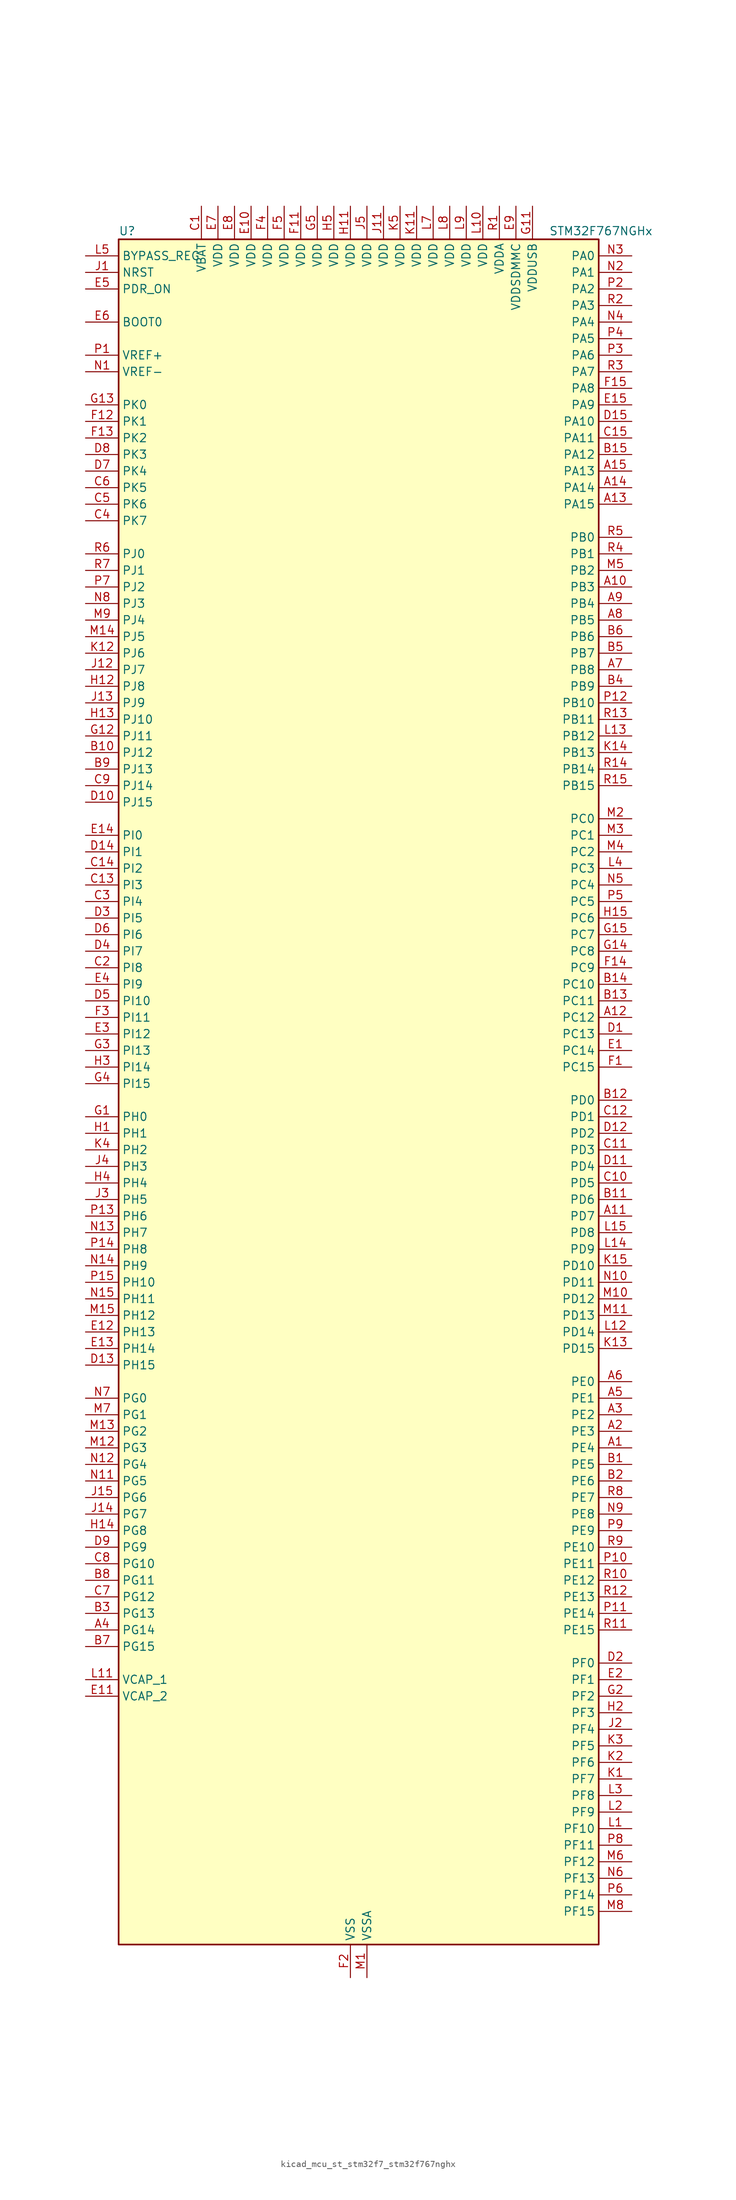
<source format=kicad_sym>
(kicad_symbol_lib
  (version 20220914)
  (generator kicad_symbol_editor)
  (symbol "kicad_mcu_st_stm32f7_stm32f767nghx"
    (property "Reference" "U"
      (at -35.56 133.35 0)
      (effects (font (size 1.27 1.27)) (justify left)))
    (property "Value" "STM32F767NGHx"
      (at 30.48 133.35 0)
      (effects (font (size 1.27 1.27)) (justify left)))
    (property "ki_locked" ""
      (at 0 0 0)
      (effects (font (size 1.27 1.27))))
    (symbol "kicad_mcu_st_stm32f7_stm32f767nghx_0_1"
      (rectangle (start -35.56 -129.54) (end 38.1 132.08) (stroke (width 0.254) (type default)) (fill (type background))))
    (symbol "kicad_mcu_st_stm32f7_stm32f767nghx_1_1"
      (pin bidirectional line (at 43.18 -53.34 180) (length 5.08) (name "PE4" (effects (font (size 1.27 1.27)))) (number "A1" (effects (font (size 1.27 1.27)))) (alternate "DCMI_D4" bidirectional line) (alternate "DFSDM1_DATIN3" bidirectional line) (alternate "FMC_A20" bidirectional line) (alternate "LTDC_B0" bidirectional line) (alternate "SAI1_FS_A" bidirectional line) (alternate "SPI4_NSS" bidirectional line) (alternate "SYS_TRACED1" bidirectional line))
      (pin bidirectional line (at 43.18 78.74 180) (length 5.08) (name "PB3" (effects (font (size 1.27 1.27)))) (number "A10" (effects (font (size 1.27 1.27)))) (alternate "CAN3_RX" bidirectional line) (alternate "I2S1_CK" bidirectional line) (alternate "I2S3_CK" bidirectional line) (alternate "SDMMC2_D2" bidirectional line) (alternate "SPI1_SCK" bidirectional line) (alternate "SPI3_SCK" bidirectional line) (alternate "SPI6_SCK" bidirectional line) (alternate "SYS_JTDO-SWO" bidirectional line) (alternate "TIM2_CH2" bidirectional line) (alternate "UART7_RX" bidirectional line))
      (pin bidirectional line (at 43.18 -17.78 180) (length 5.08) (name "PD7" (effects (font (size 1.27 1.27)))) (number "A11" (effects (font (size 1.27 1.27)))) (alternate "DFSDM1_CKIN1" bidirectional line) (alternate "DFSDM1_DATIN4" bidirectional line) (alternate "FMC_NE1" bidirectional line) (alternate "I2S1_SD" bidirectional line) (alternate "SDMMC2_CMD" bidirectional line) (alternate "SPDIFRX_IN0" bidirectional line) (alternate "SPI1_MOSI" bidirectional line) (alternate "USART2_CK" bidirectional line))
      (pin bidirectional line (at 43.18 12.7 180) (length 5.08) (name "PC12" (effects (font (size 1.27 1.27)))) (number "A12" (effects (font (size 1.27 1.27)))) (alternate "DCMI_D9" bidirectional line) (alternate "I2S3_SD" bidirectional line) (alternate "SDMMC1_CK" bidirectional line) (alternate "SPI3_MOSI" bidirectional line) (alternate "SYS_TRACED3" bidirectional line) (alternate "UART5_TX" bidirectional line) (alternate "USART3_CK" bidirectional line))
      (pin bidirectional line (at 43.18 91.44 180) (length 5.08) (name "PA15" (effects (font (size 1.27 1.27)))) (number "A13" (effects (font (size 1.27 1.27)))) (alternate "CAN3_TX" bidirectional line) (alternate "CEC" bidirectional line) (alternate "I2S1_WS" bidirectional line) (alternate "I2S3_WS" bidirectional line) (alternate "SPI1_NSS" bidirectional line) (alternate "SPI3_NSS" bidirectional line) (alternate "SPI6_NSS" bidirectional line) (alternate "SYS_JTDI" bidirectional line) (alternate "TIM2_CH1" bidirectional line) (alternate "TIM2_ETR" bidirectional line) (alternate "UART4_DE" bidirectional line) (alternate "UART4_RTS" bidirectional line) (alternate "UART7_TX" bidirectional line))
      (pin bidirectional line (at 43.18 93.98 180) (length 5.08) (name "PA14" (effects (font (size 1.27 1.27)))) (number "A14" (effects (font (size 1.27 1.27)))) (alternate "SYS_JTCK-SWCLK" bidirectional line))
      (pin bidirectional line (at 43.18 96.52 180) (length 5.08) (name "PA13" (effects (font (size 1.27 1.27)))) (number "A15" (effects (font (size 1.27 1.27)))) (alternate "SYS_JTMS-SWDIO" bidirectional line))
      (pin bidirectional line (at 43.18 -50.8 180) (length 5.08) (name "PE3" (effects (font (size 1.27 1.27)))) (number "A2" (effects (font (size 1.27 1.27)))) (alternate "FMC_A19" bidirectional line) (alternate "SAI1_SD_B" bidirectional line) (alternate "SYS_TRACED0" bidirectional line))
      (pin bidirectional line (at 43.18 -48.26 180) (length 5.08) (name "PE2" (effects (font (size 1.27 1.27)))) (number "A3" (effects (font (size 1.27 1.27)))) (alternate "ETH_TXD3" bidirectional line) (alternate "FMC_A23" bidirectional line) (alternate "QUADSPI_BK1_IO2" bidirectional line) (alternate "SAI1_MCLK_A" bidirectional line) (alternate "SPI4_SCK" bidirectional line) (alternate "SYS_TRACECLK" bidirectional line))
      (pin bidirectional line (at -40.64 -81.28 0) (length 5.08) (name "PG14" (effects (font (size 1.27 1.27)))) (number "A4" (effects (font (size 1.27 1.27)))) (alternate "ETH_TXD1" bidirectional line) (alternate "FMC_A25" bidirectional line) (alternate "LPTIM1_ETR" bidirectional line) (alternate "LTDC_B0" bidirectional line) (alternate "QUADSPI_BK2_IO3" bidirectional line) (alternate "SPI6_MOSI" bidirectional line) (alternate "SYS_TRACED1" bidirectional line) (alternate "USART6_TX" bidirectional line))
      (pin bidirectional line (at 43.18 -45.72 180) (length 5.08) (name "PE1" (effects (font (size 1.27 1.27)))) (number "A5" (effects (font (size 1.27 1.27)))) (alternate "DCMI_D3" bidirectional line) (alternate "FMC_NBL1" bidirectional line) (alternate "LPTIM1_IN2" bidirectional line) (alternate "UART8_TX" bidirectional line))
      (pin bidirectional line (at 43.18 -43.18 180) (length 5.08) (name "PE0" (effects (font (size 1.27 1.27)))) (number "A6" (effects (font (size 1.27 1.27)))) (alternate "DCMI_D2" bidirectional line) (alternate "FMC_NBL0" bidirectional line) (alternate "LPTIM1_ETR" bidirectional line) (alternate "SAI2_MCLK_A" bidirectional line) (alternate "TIM4_ETR" bidirectional line) (alternate "UART8_RX" bidirectional line))
      (pin bidirectional line (at 43.18 66.04 180) (length 5.08) (name "PB8" (effects (font (size 1.27 1.27)))) (number "A7" (effects (font (size 1.27 1.27)))) (alternate "CAN1_RX" bidirectional line) (alternate "DCMI_D6" bidirectional line) (alternate "DFSDM1_CKIN7" bidirectional line) (alternate "ETH_TXD3" bidirectional line) (alternate "I2C1_SCL" bidirectional line) (alternate "I2C4_SCL" bidirectional line) (alternate "LTDC_B6" bidirectional line) (alternate "SDMMC1_D4" bidirectional line) (alternate "SDMMC2_D4" bidirectional line) (alternate "TIM10_CH1" bidirectional line) (alternate "TIM4_CH3" bidirectional line) (alternate "UART5_RX" bidirectional line))
      (pin bidirectional line (at 43.18 73.66 180) (length 5.08) (name "PB5" (effects (font (size 1.27 1.27)))) (number "A8" (effects (font (size 1.27 1.27)))) (alternate "CAN2_RX" bidirectional line) (alternate "DCMI_D10" bidirectional line) (alternate "ETH_PPS_OUT" bidirectional line) (alternate "FMC_SDCKE1" bidirectional line) (alternate "I2C1_SMBA" bidirectional line) (alternate "I2S1_SD" bidirectional line) (alternate "I2S3_SD" bidirectional line) (alternate "LTDC_G7" bidirectional line) (alternate "SPI1_MOSI" bidirectional line) (alternate "SPI3_MOSI" bidirectional line) (alternate "SPI6_MOSI" bidirectional line) (alternate "TIM3_CH2" bidirectional line) (alternate "UART5_RX" bidirectional line) (alternate "USB_OTG_HS_ULPI_D7" bidirectional line))
      (pin bidirectional line (at 43.18 76.2 180) (length 5.08) (name "PB4" (effects (font (size 1.27 1.27)))) (number "A9" (effects (font (size 1.27 1.27)))) (alternate "CAN3_TX" bidirectional line) (alternate "I2S2_WS" bidirectional line) (alternate "SDMMC2_D3" bidirectional line) (alternate "SPI1_MISO" bidirectional line) (alternate "SPI2_NSS" bidirectional line) (alternate "SPI3_MISO" bidirectional line) (alternate "SPI6_MISO" bidirectional line) (alternate "SYS_JTRST" bidirectional line) (alternate "TIM3_CH1" bidirectional line) (alternate "UART7_TX" bidirectional line))
      (pin bidirectional line (at 43.18 -55.88 180) (length 5.08) (name "PE5" (effects (font (size 1.27 1.27)))) (number "B1" (effects (font (size 1.27 1.27)))) (alternate "DCMI_D6" bidirectional line) (alternate "DFSDM1_CKIN3" bidirectional line) (alternate "FMC_A21" bidirectional line) (alternate "LTDC_G0" bidirectional line) (alternate "SAI1_SCK_A" bidirectional line) (alternate "SPI4_MISO" bidirectional line) (alternate "SYS_TRACED2" bidirectional line) (alternate "TIM9_CH1" bidirectional line))
      (pin bidirectional line (at -40.64 53.34 0) (length 5.08) (name "PJ12" (effects (font (size 1.27 1.27)))) (number "B10" (effects (font (size 1.27 1.27)))) (alternate "LTDC_B0" bidirectional line) (alternate "LTDC_G3" bidirectional line))
      (pin bidirectional line (at 43.18 -15.24 180) (length 5.08) (name "PD6" (effects (font (size 1.27 1.27)))) (number "B11" (effects (font (size 1.27 1.27)))) (alternate "DCMI_D10" bidirectional line) (alternate "DFSDM1_CKIN4" bidirectional line) (alternate "DFSDM1_DATIN1" bidirectional line) (alternate "FMC_NWAIT" bidirectional line) (alternate "I2S3_SD" bidirectional line) (alternate "LTDC_B2" bidirectional line) (alternate "SAI1_SD_A" bidirectional line) (alternate "SDMMC2_CK" bidirectional line) (alternate "SPI3_MOSI" bidirectional line) (alternate "USART2_RX" bidirectional line))
      (pin bidirectional line (at 43.18 0 180) (length 5.08) (name "PD0" (effects (font (size 1.27 1.27)))) (number "B12" (effects (font (size 1.27 1.27)))) (alternate "CAN1_RX" bidirectional line) (alternate "DFSDM1_CKIN6" bidirectional line) (alternate "DFSDM1_DATIN7" bidirectional line) (alternate "FMC_D2" bidirectional line) (alternate "FMC_DA2" bidirectional line) (alternate "UART4_RX" bidirectional line))
      (pin bidirectional line (at 43.18 15.24 180) (length 5.08) (name "PC11" (effects (font (size 1.27 1.27)))) (number "B13" (effects (font (size 1.27 1.27)))) (alternate "ADC1_EXTI11" bidirectional line) (alternate "ADC2_EXTI11" bidirectional line) (alternate "ADC3_EXTI11" bidirectional line) (alternate "DCMI_D4" bidirectional line) (alternate "DFSDM1_DATIN5" bidirectional line) (alternate "QUADSPI_BK2_NCS" bidirectional line) (alternate "SDMMC1_D3" bidirectional line) (alternate "SPI3_MISO" bidirectional line) (alternate "UART4_RX" bidirectional line) (alternate "USART3_RX" bidirectional line))
      (pin bidirectional line (at 43.18 17.78 180) (length 5.08) (name "PC10" (effects (font (size 1.27 1.27)))) (number "B14" (effects (font (size 1.27 1.27)))) (alternate "DCMI_D8" bidirectional line) (alternate "DFSDM1_CKIN5" bidirectional line) (alternate "I2S3_CK" bidirectional line) (alternate "LTDC_R2" bidirectional line) (alternate "QUADSPI_BK1_IO1" bidirectional line) (alternate "SDMMC1_D2" bidirectional line) (alternate "SPI3_SCK" bidirectional line) (alternate "UART4_TX" bidirectional line) (alternate "USART3_TX" bidirectional line))
      (pin bidirectional line (at 43.18 99.06 180) (length 5.08) (name "PA12" (effects (font (size 1.27 1.27)))) (number "B15" (effects (font (size 1.27 1.27)))) (alternate "CAN1_TX" bidirectional line) (alternate "I2S2_CK" bidirectional line) (alternate "LTDC_R5" bidirectional line) (alternate "SAI2_FS_B" bidirectional line) (alternate "SPI2_SCK" bidirectional line) (alternate "TIM1_ETR" bidirectional line) (alternate "UART4_TX" bidirectional line) (alternate "USART1_DE" bidirectional line) (alternate "USART1_RTS" bidirectional line) (alternate "USB_OTG_FS_DP" bidirectional line))
      (pin bidirectional line (at 43.18 -58.42 180) (length 5.08) (name "PE6" (effects (font (size 1.27 1.27)))) (number "B2" (effects (font (size 1.27 1.27)))) (alternate "DCMI_D7" bidirectional line) (alternate "FMC_A22" bidirectional line) (alternate "LTDC_G1" bidirectional line) (alternate "SAI1_SD_A" bidirectional line) (alternate "SAI2_MCLK_B" bidirectional line) (alternate "SPI4_MOSI" bidirectional line) (alternate "SYS_TRACED3" bidirectional line) (alternate "TIM1_BKIN2" bidirectional line) (alternate "TIM9_CH2" bidirectional line))
      (pin bidirectional line (at -40.64 -78.74 0) (length 5.08) (name "PG13" (effects (font (size 1.27 1.27)))) (number "B3" (effects (font (size 1.27 1.27)))) (alternate "ETH_TXD0" bidirectional line) (alternate "FMC_A24" bidirectional line) (alternate "LPTIM1_OUT" bidirectional line) (alternate "LTDC_R0" bidirectional line) (alternate "SPI6_SCK" bidirectional line) (alternate "SYS_TRACED0" bidirectional line) (alternate "USART6_CTS" bidirectional line))
      (pin bidirectional line (at 43.18 63.5 180) (length 5.08) (name "PB9" (effects (font (size 1.27 1.27)))) (number "B4" (effects (font (size 1.27 1.27)))) (alternate "CAN1_TX" bidirectional line) (alternate "DAC_EXTI9" bidirectional line) (alternate "DCMI_D7" bidirectional line) (alternate "DFSDM1_DATIN7" bidirectional line) (alternate "I2C1_SDA" bidirectional line) (alternate "I2C4_SDA" bidirectional line) (alternate "I2C4_SMBA" bidirectional line) (alternate "I2S2_WS" bidirectional line) (alternate "LTDC_B7" bidirectional line) (alternate "SDMMC1_D5" bidirectional line) (alternate "SDMMC2_D5" bidirectional line) (alternate "SPI2_NSS" bidirectional line) (alternate "TIM11_CH1" bidirectional line) (alternate "TIM4_CH4" bidirectional line) (alternate "UART5_TX" bidirectional line))
      (pin bidirectional line (at 43.18 68.58 180) (length 5.08) (name "PB7" (effects (font (size 1.27 1.27)))) (number "B5" (effects (font (size 1.27 1.27)))) (alternate "DCMI_VSYNC" bidirectional line) (alternate "DFSDM1_CKIN5" bidirectional line) (alternate "FMC_NL" bidirectional line) (alternate "I2C1_SDA" bidirectional line) (alternate "I2C4_SDA" bidirectional line) (alternate "TIM4_CH2" bidirectional line) (alternate "USART1_RX" bidirectional line))
      (pin bidirectional line (at 43.18 71.12 180) (length 5.08) (name "PB6" (effects (font (size 1.27 1.27)))) (number "B6" (effects (font (size 1.27 1.27)))) (alternate "CAN2_TX" bidirectional line) (alternate "CEC" bidirectional line) (alternate "DCMI_D5" bidirectional line) (alternate "DFSDM1_DATIN5" bidirectional line) (alternate "FMC_SDNE1" bidirectional line) (alternate "I2C1_SCL" bidirectional line) (alternate "I2C4_SCL" bidirectional line) (alternate "QUADSPI_BK1_NCS" bidirectional line) (alternate "TIM4_CH1" bidirectional line) (alternate "UART5_TX" bidirectional line) (alternate "USART1_TX" bidirectional line))
      (pin bidirectional line (at -40.64 -83.82 0) (length 5.08) (name "PG15" (effects (font (size 1.27 1.27)))) (number "B7" (effects (font (size 1.27 1.27)))) (alternate "DCMI_D13" bidirectional line) (alternate "FMC_SDNCAS" bidirectional line) (alternate "USART6_CTS" bidirectional line))
      (pin bidirectional line (at -40.64 -73.66 0) (length 5.08) (name "PG11" (effects (font (size 1.27 1.27)))) (number "B8" (effects (font (size 1.27 1.27)))) (alternate "ADC1_EXTI11" bidirectional line) (alternate "ADC2_EXTI11" bidirectional line) (alternate "ADC3_EXTI11" bidirectional line) (alternate "DCMI_D3" bidirectional line) (alternate "ETH_TX_EN" bidirectional line) (alternate "I2S1_CK" bidirectional line) (alternate "LTDC_B3" bidirectional line) (alternate "SDMMC2_D2" bidirectional line) (alternate "SPDIFRX_IN0" bidirectional line) (alternate "SPI1_SCK" bidirectional line))
      (pin bidirectional line (at -40.64 50.8 0) (length 5.08) (name "PJ13" (effects (font (size 1.27 1.27)))) (number "B9" (effects (font (size 1.27 1.27)))) (alternate "LTDC_B1" bidirectional line) (alternate "LTDC_G4" bidirectional line))
      (pin power_in line (at -22.86 137.16 270) (length 5.08) (name "VBAT" (effects (font (size 1.27 1.27)))) (number "C1" (effects (font (size 1.27 1.27)))))
      (pin bidirectional line (at 43.18 -12.7 180) (length 5.08) (name "PD5" (effects (font (size 1.27 1.27)))) (number "C10" (effects (font (size 1.27 1.27)))) (alternate "FMC_NWE" bidirectional line) (alternate "USART2_TX" bidirectional line))
      (pin bidirectional line (at 43.18 -7.62 180) (length 5.08) (name "PD3" (effects (font (size 1.27 1.27)))) (number "C11" (effects (font (size 1.27 1.27)))) (alternate "DCMI_D5" bidirectional line) (alternate "DFSDM1_CKOUT" bidirectional line) (alternate "DFSDM1_DATIN0" bidirectional line) (alternate "FMC_CLK" bidirectional line) (alternate "I2S2_CK" bidirectional line) (alternate "LTDC_G7" bidirectional line) (alternate "SPI2_SCK" bidirectional line) (alternate "USART2_CTS" bidirectional line))
      (pin bidirectional line (at 43.18 -2.54 180) (length 5.08) (name "PD1" (effects (font (size 1.27 1.27)))) (number "C12" (effects (font (size 1.27 1.27)))) (alternate "CAN1_TX" bidirectional line) (alternate "DFSDM1_CKIN7" bidirectional line) (alternate "DFSDM1_DATIN6" bidirectional line) (alternate "FMC_D3" bidirectional line) (alternate "FMC_DA3" bidirectional line) (alternate "UART4_TX" bidirectional line))
      (pin bidirectional line (at -40.64 33.02 0) (length 5.08) (name "PI3" (effects (font (size 1.27 1.27)))) (number "C13" (effects (font (size 1.27 1.27)))) (alternate "DCMI_D10" bidirectional line) (alternate "FMC_D27" bidirectional line) (alternate "I2S2_SD" bidirectional line) (alternate "SPI2_MOSI" bidirectional line) (alternate "TIM8_ETR" bidirectional line))
      (pin bidirectional line (at -40.64 35.56 0) (length 5.08) (name "PI2" (effects (font (size 1.27 1.27)))) (number "C14" (effects (font (size 1.27 1.27)))) (alternate "DCMI_D9" bidirectional line) (alternate "FMC_D26" bidirectional line) (alternate "LTDC_G7" bidirectional line) (alternate "SPI2_MISO" bidirectional line) (alternate "TIM8_CH4" bidirectional line))
      (pin bidirectional line (at 43.18 101.6 180) (length 5.08) (name "PA11" (effects (font (size 1.27 1.27)))) (number "C15" (effects (font (size 1.27 1.27)))) (alternate "ADC1_EXTI11" bidirectional line) (alternate "ADC2_EXTI11" bidirectional line) (alternate "ADC3_EXTI11" bidirectional line) (alternate "CAN1_RX" bidirectional line) (alternate "I2S2_WS" bidirectional line) (alternate "LTDC_R4" bidirectional line) (alternate "SPI2_NSS" bidirectional line) (alternate "TIM1_CH4" bidirectional line) (alternate "UART4_RX" bidirectional line) (alternate "USART1_CTS" bidirectional line) (alternate "USB_OTG_FS_DM" bidirectional line))
      (pin bidirectional line (at -40.64 20.32 0) (length 5.08) (name "PI8" (effects (font (size 1.27 1.27)))) (number "C2" (effects (font (size 1.27 1.27)))) (alternate "RTC_TAMP2" bidirectional line) (alternate "RTC_TS" bidirectional line) (alternate "SYS_WKUP5" bidirectional line))
      (pin bidirectional line (at -40.64 30.48 0) (length 5.08) (name "PI4" (effects (font (size 1.27 1.27)))) (number "C3" (effects (font (size 1.27 1.27)))) (alternate "DCMI_D5" bidirectional line) (alternate "FMC_NBL2" bidirectional line) (alternate "LTDC_B4" bidirectional line) (alternate "SAI2_MCLK_A" bidirectional line) (alternate "TIM8_BKIN" bidirectional line))
      (pin bidirectional line (at -40.64 88.9 0) (length 5.08) (name "PK7" (effects (font (size 1.27 1.27)))) (number "C4" (effects (font (size 1.27 1.27)))) (alternate "LTDC_DE" bidirectional line))
      (pin bidirectional line (at -40.64 91.44 0) (length 5.08) (name "PK6" (effects (font (size 1.27 1.27)))) (number "C5" (effects (font (size 1.27 1.27)))) (alternate "LTDC_B7" bidirectional line))
      (pin bidirectional line (at -40.64 93.98 0) (length 5.08) (name "PK5" (effects (font (size 1.27 1.27)))) (number "C6" (effects (font (size 1.27 1.27)))) (alternate "LTDC_B6" bidirectional line))
      (pin bidirectional line (at -40.64 -76.2 0) (length 5.08) (name "PG12" (effects (font (size 1.27 1.27)))) (number "C7" (effects (font (size 1.27 1.27)))) (alternate "FMC_NE4" bidirectional line) (alternate "LPTIM1_IN1" bidirectional line) (alternate "LTDC_B1" bidirectional line) (alternate "LTDC_B4" bidirectional line) (alternate "SDMMC2_D3" bidirectional line) (alternate "SPDIFRX_IN1" bidirectional line) (alternate "SPI6_MISO" bidirectional line) (alternate "USART6_DE" bidirectional line) (alternate "USART6_RTS" bidirectional line))
      (pin bidirectional line (at -40.64 -71.12 0) (length 5.08) (name "PG10" (effects (font (size 1.27 1.27)))) (number "C8" (effects (font (size 1.27 1.27)))) (alternate "DCMI_D2" bidirectional line) (alternate "FMC_NE3" bidirectional line) (alternate "I2S1_WS" bidirectional line) (alternate "LTDC_B2" bidirectional line) (alternate "LTDC_G3" bidirectional line) (alternate "SAI2_SD_B" bidirectional line) (alternate "SDMMC2_D1" bidirectional line) (alternate "SPI1_NSS" bidirectional line))
      (pin bidirectional line (at -40.64 48.26 0) (length 5.08) (name "PJ14" (effects (font (size 1.27 1.27)))) (number "C9" (effects (font (size 1.27 1.27)))) (alternate "LTDC_B2" bidirectional line))
      (pin bidirectional line (at 43.18 10.16 180) (length 5.08) (name "PC13" (effects (font (size 1.27 1.27)))) (number "D1" (effects (font (size 1.27 1.27)))) (alternate "RTC_OUT" bidirectional line) (alternate "RTC_TAMP1" bidirectional line) (alternate "RTC_TS" bidirectional line) (alternate "SYS_WKUP4" bidirectional line))
      (pin bidirectional line (at -40.64 45.72 0) (length 5.08) (name "PJ15" (effects (font (size 1.27 1.27)))) (number "D10" (effects (font (size 1.27 1.27)))) (alternate "LTDC_B3" bidirectional line))
      (pin bidirectional line (at 43.18 -10.16 180) (length 5.08) (name "PD4" (effects (font (size 1.27 1.27)))) (number "D11" (effects (font (size 1.27 1.27)))) (alternate "DFSDM1_CKIN0" bidirectional line) (alternate "FMC_NOE" bidirectional line) (alternate "USART2_DE" bidirectional line) (alternate "USART2_RTS" bidirectional line))
      (pin bidirectional line (at 43.18 -5.08 180) (length 5.08) (name "PD2" (effects (font (size 1.27 1.27)))) (number "D12" (effects (font (size 1.27 1.27)))) (alternate "DCMI_D11" bidirectional line) (alternate "SDMMC1_CMD" bidirectional line) (alternate "SYS_TRACED2" bidirectional line) (alternate "TIM3_ETR" bidirectional line) (alternate "UART5_RX" bidirectional line))
      (pin bidirectional line (at -40.64 -40.64 0) (length 5.08) (name "PH15" (effects (font (size 1.27 1.27)))) (number "D13" (effects (font (size 1.27 1.27)))) (alternate "DCMI_D11" bidirectional line) (alternate "FMC_D23" bidirectional line) (alternate "LTDC_G4" bidirectional line) (alternate "TIM8_CH3N" bidirectional line))
      (pin bidirectional line (at -40.64 38.1 0) (length 5.08) (name "PI1" (effects (font (size 1.27 1.27)))) (number "D14" (effects (font (size 1.27 1.27)))) (alternate "DCMI_D8" bidirectional line) (alternate "FMC_D25" bidirectional line) (alternate "I2S2_CK" bidirectional line) (alternate "LTDC_G6" bidirectional line) (alternate "SPI2_SCK" bidirectional line) (alternate "TIM8_BKIN2" bidirectional line))
      (pin bidirectional line (at 43.18 104.14 180) (length 5.08) (name "PA10" (effects (font (size 1.27 1.27)))) (number "D15" (effects (font (size 1.27 1.27)))) (alternate "DCMI_D1" bidirectional line) (alternate "LTDC_B1" bidirectional line) (alternate "LTDC_B4" bidirectional line) (alternate "MDIOS_MDIO" bidirectional line) (alternate "TIM1_CH3" bidirectional line) (alternate "USART1_RX" bidirectional line) (alternate "USB_OTG_FS_ID" bidirectional line))
      (pin bidirectional line (at 43.18 -86.36 180) (length 5.08) (name "PF0" (effects (font (size 1.27 1.27)))) (number "D2" (effects (font (size 1.27 1.27)))) (alternate "FMC_A0" bidirectional line) (alternate "I2C2_SDA" bidirectional line))
      (pin bidirectional line (at -40.64 27.94 0) (length 5.08) (name "PI5" (effects (font (size 1.27 1.27)))) (number "D3" (effects (font (size 1.27 1.27)))) (alternate "DCMI_VSYNC" bidirectional line) (alternate "FMC_NBL3" bidirectional line) (alternate "LTDC_B5" bidirectional line) (alternate "SAI2_SCK_A" bidirectional line) (alternate "TIM8_CH1" bidirectional line))
      (pin bidirectional line (at -40.64 22.86 0) (length 5.08) (name "PI7" (effects (font (size 1.27 1.27)))) (number "D4" (effects (font (size 1.27 1.27)))) (alternate "DCMI_D7" bidirectional line) (alternate "FMC_D29" bidirectional line) (alternate "LTDC_B7" bidirectional line) (alternate "SAI2_FS_A" bidirectional line) (alternate "TIM8_CH3" bidirectional line))
      (pin bidirectional line (at -40.64 15.24 0) (length 5.08) (name "PI10" (effects (font (size 1.27 1.27)))) (number "D5" (effects (font (size 1.27 1.27)))) (alternate "ETH_RX_ER" bidirectional line) (alternate "FMC_D31" bidirectional line) (alternate "LTDC_HSYNC" bidirectional line))
      (pin bidirectional line (at -40.64 25.4 0) (length 5.08) (name "PI6" (effects (font (size 1.27 1.27)))) (number "D6" (effects (font (size 1.27 1.27)))) (alternate "DCMI_D6" bidirectional line) (alternate "FMC_D28" bidirectional line) (alternate "LTDC_B6" bidirectional line) (alternate "SAI2_SD_A" bidirectional line) (alternate "TIM8_CH2" bidirectional line))
      (pin bidirectional line (at -40.64 96.52 0) (length 5.08) (name "PK4" (effects (font (size 1.27 1.27)))) (number "D7" (effects (font (size 1.27 1.27)))) (alternate "LTDC_B5" bidirectional line))
      (pin bidirectional line (at -40.64 99.06 0) (length 5.08) (name "PK3" (effects (font (size 1.27 1.27)))) (number "D8" (effects (font (size 1.27 1.27)))) (alternate "LTDC_B4" bidirectional line))
      (pin bidirectional line (at -40.64 -68.58 0) (length 5.08) (name "PG9" (effects (font (size 1.27 1.27)))) (number "D9" (effects (font (size 1.27 1.27)))) (alternate "DAC_EXTI9" bidirectional line) (alternate "DCMI_VSYNC" bidirectional line) (alternate "FMC_NCE" bidirectional line) (alternate "FMC_NE2" bidirectional line) (alternate "QUADSPI_BK2_IO2" bidirectional line) (alternate "SAI2_FS_B" bidirectional line) (alternate "SDMMC2_D0" bidirectional line) (alternate "SPDIFRX_IN3" bidirectional line) (alternate "SPI1_MISO" bidirectional line) (alternate "USART6_RX" bidirectional line))
      (pin bidirectional line (at 43.18 7.62 180) (length 5.08) (name "PC14" (effects (font (size 1.27 1.27)))) (number "E1" (effects (font (size 1.27 1.27)))) (alternate "RCC_OSC32_IN" bidirectional line))
      (pin power_in line (at -15.24 137.16 270) (length 5.08) (name "VDD" (effects (font (size 1.27 1.27)))) (number "E10" (effects (font (size 1.27 1.27)))))
      (pin power_out line (at -40.64 -91.44 0) (length 5.08) (name "VCAP_2" (effects (font (size 1.27 1.27)))) (number "E11" (effects (font (size 1.27 1.27)))))
      (pin bidirectional line (at -40.64 -35.56 0) (length 5.08) (name "PH13" (effects (font (size 1.27 1.27)))) (number "E12" (effects (font (size 1.27 1.27)))) (alternate "CAN1_TX" bidirectional line) (alternate "FMC_D21" bidirectional line) (alternate "LTDC_G2" bidirectional line) (alternate "TIM8_CH1N" bidirectional line) (alternate "UART4_TX" bidirectional line))
      (pin bidirectional line (at -40.64 -38.1 0) (length 5.08) (name "PH14" (effects (font (size 1.27 1.27)))) (number "E13" (effects (font (size 1.27 1.27)))) (alternate "CAN1_RX" bidirectional line) (alternate "DCMI_D4" bidirectional line) (alternate "FMC_D22" bidirectional line) (alternate "LTDC_G3" bidirectional line) (alternate "TIM8_CH2N" bidirectional line) (alternate "UART4_RX" bidirectional line))
      (pin bidirectional line (at -40.64 40.64 0) (length 5.08) (name "PI0" (effects (font (size 1.27 1.27)))) (number "E14" (effects (font (size 1.27 1.27)))) (alternate "DCMI_D13" bidirectional line) (alternate "FMC_D24" bidirectional line) (alternate "I2S2_WS" bidirectional line) (alternate "LTDC_G5" bidirectional line) (alternate "SPI2_NSS" bidirectional line) (alternate "TIM5_CH4" bidirectional line))
      (pin bidirectional line (at 43.18 106.68 180) (length 5.08) (name "PA9" (effects (font (size 1.27 1.27)))) (number "E15" (effects (font (size 1.27 1.27)))) (alternate "DAC_EXTI9" bidirectional line) (alternate "DCMI_D0" bidirectional line) (alternate "I2C3_SMBA" bidirectional line) (alternate "I2S2_CK" bidirectional line) (alternate "LTDC_R5" bidirectional line) (alternate "SPI2_SCK" bidirectional line) (alternate "TIM1_CH2" bidirectional line) (alternate "USART1_TX" bidirectional line) (alternate "USB_OTG_FS_VBUS" bidirectional line))
      (pin bidirectional line (at 43.18 -88.9 180) (length 5.08) (name "PF1" (effects (font (size 1.27 1.27)))) (number "E2" (effects (font (size 1.27 1.27)))) (alternate "FMC_A1" bidirectional line) (alternate "I2C2_SCL" bidirectional line))
      (pin bidirectional line (at -40.64 10.16 0) (length 5.08) (name "PI12" (effects (font (size 1.27 1.27)))) (number "E3" (effects (font (size 1.27 1.27)))) (alternate "LTDC_HSYNC" bidirectional line))
      (pin bidirectional line (at -40.64 17.78 0) (length 5.08) (name "PI9" (effects (font (size 1.27 1.27)))) (number "E4" (effects (font (size 1.27 1.27)))) (alternate "CAN1_RX" bidirectional line) (alternate "DAC_EXTI9" bidirectional line) (alternate "FMC_D30" bidirectional line) (alternate "LTDC_VSYNC" bidirectional line) (alternate "UART4_RX" bidirectional line))
      (pin input line (at -40.64 124.46 0) (length 5.08) (name "PDR_ON" (effects (font (size 1.27 1.27)))) (number "E5" (effects (font (size 1.27 1.27)))))
      (pin input line (at -40.64 119.38 0) (length 5.08) (name "BOOT0" (effects (font (size 1.27 1.27)))) (number "E6" (effects (font (size 1.27 1.27)))))
      (pin power_in line (at -20.32 137.16 270) (length 5.08) (name "VDD" (effects (font (size 1.27 1.27)))) (number "E7" (effects (font (size 1.27 1.27)))))
      (pin power_in line (at -17.78 137.16 270) (length 5.08) (name "VDD" (effects (font (size 1.27 1.27)))) (number "E8" (effects (font (size 1.27 1.27)))))
      (pin power_in line (at 25.4 137.16 270) (length 5.08) (name "VDDSDMMC" (effects (font (size 1.27 1.27)))) (number "E9" (effects (font (size 1.27 1.27)))))
      (pin bidirectional line (at 43.18 5.08 180) (length 5.08) (name "PC15" (effects (font (size 1.27 1.27)))) (number "F1" (effects (font (size 1.27 1.27)))) (alternate "RCC_OSC32_OUT" bidirectional line))
      (pin passive line (at 0 -134.62 90) (length 5.08) hide (name "VSS" (effects (font (size 1.27 1.27)))) (number "F10" (effects (font (size 1.27 1.27)))))
      (pin power_in line (at -7.62 137.16 270) (length 5.08) (name "VDD" (effects (font (size 1.27 1.27)))) (number "F11" (effects (font (size 1.27 1.27)))))
      (pin bidirectional line (at -40.64 104.14 0) (length 5.08) (name "PK1" (effects (font (size 1.27 1.27)))) (number "F12" (effects (font (size 1.27 1.27)))) (alternate "LTDC_G6" bidirectional line))
      (pin bidirectional line (at -40.64 101.6 0) (length 5.08) (name "PK2" (effects (font (size 1.27 1.27)))) (number "F13" (effects (font (size 1.27 1.27)))) (alternate "LTDC_G7" bidirectional line))
      (pin bidirectional line (at 43.18 20.32 180) (length 5.08) (name "PC9" (effects (font (size 1.27 1.27)))) (number "F14" (effects (font (size 1.27 1.27)))) (alternate "DAC_EXTI9" bidirectional line) (alternate "DCMI_D3" bidirectional line) (alternate "I2C3_SDA" bidirectional line) (alternate "I2S_CKIN" bidirectional line) (alternate "LTDC_B2" bidirectional line) (alternate "LTDC_G3" bidirectional line) (alternate "QUADSPI_BK1_IO0" bidirectional line) (alternate "RCC_MCO_2" bidirectional line) (alternate "SDMMC1_D1" bidirectional line) (alternate "TIM3_CH4" bidirectional line) (alternate "TIM8_CH4" bidirectional line) (alternate "UART5_CTS" bidirectional line))
      (pin bidirectional line (at 43.18 109.22 180) (length 5.08) (name "PA8" (effects (font (size 1.27 1.27)))) (number "F15" (effects (font (size 1.27 1.27)))) (alternate "CAN3_RX" bidirectional line) (alternate "I2C3_SCL" bidirectional line) (alternate "LTDC_B3" bidirectional line) (alternate "LTDC_R6" bidirectional line) (alternate "RCC_MCO_1" bidirectional line) (alternate "TIM1_CH1" bidirectional line) (alternate "TIM8_BKIN2" bidirectional line) (alternate "UART7_RX" bidirectional line) (alternate "USART1_CK" bidirectional line) (alternate "USB_OTG_FS_SOF" bidirectional line))
      (pin power_in line (at 0 -134.62 90) (length 5.08) (name "VSS" (effects (font (size 1.27 1.27)))) (number "F2" (effects (font (size 1.27 1.27)))))
      (pin bidirectional line (at -40.64 12.7 0) (length 5.08) (name "PI11" (effects (font (size 1.27 1.27)))) (number "F3" (effects (font (size 1.27 1.27)))) (alternate "ADC1_EXTI11" bidirectional line) (alternate "ADC2_EXTI11" bidirectional line) (alternate "ADC3_EXTI11" bidirectional line) (alternate "LTDC_G6" bidirectional line) (alternate "SYS_WKUP6" bidirectional line) (alternate "USB_OTG_HS_ULPI_DIR" bidirectional line))
      (pin power_in line (at -12.7 137.16 270) (length 5.08) (name "VDD" (effects (font (size 1.27 1.27)))) (number "F4" (effects (font (size 1.27 1.27)))))
      (pin power_in line (at -10.16 137.16 270) (length 5.08) (name "VDD" (effects (font (size 1.27 1.27)))) (number "F5" (effects (font (size 1.27 1.27)))))
      (pin passive line (at 0 -134.62 90) (length 5.08) hide (name "VSS" (effects (font (size 1.27 1.27)))) (number "F6" (effects (font (size 1.27 1.27)))))
      (pin passive line (at 0 -134.62 90) (length 5.08) hide (name "VSS" (effects (font (size 1.27 1.27)))) (number "F7" (effects (font (size 1.27 1.27)))))
      (pin passive line (at 0 -134.62 90) (length 5.08) hide (name "VSS" (effects (font (size 1.27 1.27)))) (number "F8" (effects (font (size 1.27 1.27)))))
      (pin passive line (at 0 -134.62 90) (length 5.08) hide (name "VSS" (effects (font (size 1.27 1.27)))) (number "F9" (effects (font (size 1.27 1.27)))))
      (pin bidirectional line (at -40.64 -2.54 0) (length 5.08) (name "PH0" (effects (font (size 1.27 1.27)))) (number "G1" (effects (font (size 1.27 1.27)))) (alternate "RCC_OSC_IN" bidirectional line))
      (pin passive line (at 0 -134.62 90) (length 5.08) hide (name "VSS" (effects (font (size 1.27 1.27)))) (number "G10" (effects (font (size 1.27 1.27)))))
      (pin power_in line (at 27.94 137.16 270) (length 5.08) (name "VDDUSB" (effects (font (size 1.27 1.27)))) (number "G11" (effects (font (size 1.27 1.27)))))
      (pin bidirectional line (at -40.64 55.88 0) (length 5.08) (name "PJ11" (effects (font (size 1.27 1.27)))) (number "G12" (effects (font (size 1.27 1.27)))) (alternate "ADC1_EXTI11" bidirectional line) (alternate "ADC2_EXTI11" bidirectional line) (alternate "ADC3_EXTI11" bidirectional line) (alternate "LTDC_G4" bidirectional line))
      (pin bidirectional line (at -40.64 106.68 0) (length 5.08) (name "PK0" (effects (font (size 1.27 1.27)))) (number "G13" (effects (font (size 1.27 1.27)))) (alternate "LTDC_G5" bidirectional line))
      (pin bidirectional line (at 43.18 22.86 180) (length 5.08) (name "PC8" (effects (font (size 1.27 1.27)))) (number "G14" (effects (font (size 1.27 1.27)))) (alternate "DCMI_D2" bidirectional line) (alternate "FMC_NCE" bidirectional line) (alternate "FMC_NE2" bidirectional line) (alternate "SDMMC1_D0" bidirectional line) (alternate "SYS_TRACED1" bidirectional line) (alternate "TIM3_CH3" bidirectional line) (alternate "TIM8_CH3" bidirectional line) (alternate "UART5_DE" bidirectional line) (alternate "UART5_RTS" bidirectional line) (alternate "USART6_CK" bidirectional line))
      (pin bidirectional line (at 43.18 25.4 180) (length 5.08) (name "PC7" (effects (font (size 1.27 1.27)))) (number "G15" (effects (font (size 1.27 1.27)))) (alternate "DCMI_D1" bidirectional line) (alternate "DFSDM1_DATIN3" bidirectional line) (alternate "FMC_NE1" bidirectional line) (alternate "I2S3_MCK" bidirectional line) (alternate "LTDC_G6" bidirectional line) (alternate "SDMMC1_D7" bidirectional line) (alternate "SDMMC2_D7" bidirectional line) (alternate "TIM3_CH2" bidirectional line) (alternate "TIM8_CH2" bidirectional line) (alternate "USART6_RX" bidirectional line))
      (pin bidirectional line (at 43.18 -91.44 180) (length 5.08) (name "PF2" (effects (font (size 1.27 1.27)))) (number "G2" (effects (font (size 1.27 1.27)))) (alternate "FMC_A2" bidirectional line) (alternate "I2C2_SMBA" bidirectional line))
      (pin bidirectional line (at -40.64 7.62 0) (length 5.08) (name "PI13" (effects (font (size 1.27 1.27)))) (number "G3" (effects (font (size 1.27 1.27)))) (alternate "LTDC_VSYNC" bidirectional line))
      (pin bidirectional line (at -40.64 2.54 0) (length 5.08) (name "PI15" (effects (font (size 1.27 1.27)))) (number "G4" (effects (font (size 1.27 1.27)))) (alternate "LTDC_G2" bidirectional line) (alternate "LTDC_R0" bidirectional line))
      (pin power_in line (at -5.08 137.16 270) (length 5.08) (name "VDD" (effects (font (size 1.27 1.27)))) (number "G5" (effects (font (size 1.27 1.27)))))
      (pin passive line (at 0 -134.62 90) (length 5.08) hide (name "VSS" (effects (font (size 1.27 1.27)))) (number "G6" (effects (font (size 1.27 1.27)))))
      (pin bidirectional line (at -40.64 -5.08 0) (length 5.08) (name "PH1" (effects (font (size 1.27 1.27)))) (number "H1" (effects (font (size 1.27 1.27)))) (alternate "RCC_OSC_OUT" bidirectional line))
      (pin passive line (at 0 -134.62 90) (length 5.08) hide (name "VSS" (effects (font (size 1.27 1.27)))) (number "H10" (effects (font (size 1.27 1.27)))))
      (pin power_in line (at 0 137.16 270) (length 5.08) (name "VDD" (effects (font (size 1.27 1.27)))) (number "H11" (effects (font (size 1.27 1.27)))))
      (pin bidirectional line (at -40.64 63.5 0) (length 5.08) (name "PJ8" (effects (font (size 1.27 1.27)))) (number "H12" (effects (font (size 1.27 1.27)))) (alternate "LTDC_G1" bidirectional line))
      (pin bidirectional line (at -40.64 58.42 0) (length 5.08) (name "PJ10" (effects (font (size 1.27 1.27)))) (number "H13" (effects (font (size 1.27 1.27)))) (alternate "LTDC_G3" bidirectional line))
      (pin bidirectional line (at -40.64 -66.04 0) (length 5.08) (name "PG8" (effects (font (size 1.27 1.27)))) (number "H14" (effects (font (size 1.27 1.27)))) (alternate "ETH_PPS_OUT" bidirectional line) (alternate "FMC_SDCLK" bidirectional line) (alternate "LTDC_G7" bidirectional line) (alternate "SPDIFRX_IN2" bidirectional line) (alternate "SPI6_NSS" bidirectional line) (alternate "USART6_DE" bidirectional line) (alternate "USART6_RTS" bidirectional line))
      (pin bidirectional line (at 43.18 27.94 180) (length 5.08) (name "PC6" (effects (font (size 1.27 1.27)))) (number "H15" (effects (font (size 1.27 1.27)))) (alternate "DCMI_D0" bidirectional line) (alternate "DFSDM1_CKIN3" bidirectional line) (alternate "FMC_NWAIT" bidirectional line) (alternate "I2S2_MCK" bidirectional line) (alternate "LTDC_HSYNC" bidirectional line) (alternate "SDMMC1_D6" bidirectional line) (alternate "SDMMC2_D6" bidirectional line) (alternate "TIM3_CH1" bidirectional line) (alternate "TIM8_CH1" bidirectional line) (alternate "USART6_TX" bidirectional line))
      (pin bidirectional line (at 43.18 -93.98 180) (length 5.08) (name "PF3" (effects (font (size 1.27 1.27)))) (number "H2" (effects (font (size 1.27 1.27)))) (alternate "ADC3_IN9" bidirectional line) (alternate "FMC_A3" bidirectional line))
      (pin bidirectional line (at -40.64 5.08 0) (length 5.08) (name "PI14" (effects (font (size 1.27 1.27)))) (number "H3" (effects (font (size 1.27 1.27)))) (alternate "LTDC_CLK" bidirectional line))
      (pin bidirectional line (at -40.64 -12.7 0) (length 5.08) (name "PH4" (effects (font (size 1.27 1.27)))) (number "H4" (effects (font (size 1.27 1.27)))) (alternate "I2C2_SCL" bidirectional line) (alternate "LTDC_G4" bidirectional line) (alternate "LTDC_G5" bidirectional line) (alternate "USB_OTG_HS_ULPI_NXT" bidirectional line))
      (pin power_in line (at -2.54 137.16 270) (length 5.08) (name "VDD" (effects (font (size 1.27 1.27)))) (number "H5" (effects (font (size 1.27 1.27)))))
      (pin passive line (at 0 -134.62 90) (length 5.08) hide (name "VSS" (effects (font (size 1.27 1.27)))) (number "H6" (effects (font (size 1.27 1.27)))))
      (pin input line (at -40.64 127 0) (length 5.08) (name "NRST" (effects (font (size 1.27 1.27)))) (number "J1" (effects (font (size 1.27 1.27)))))
      (pin passive line (at 0 -134.62 90) (length 5.08) hide (name "VSS" (effects (font (size 1.27 1.27)))) (number "J10" (effects (font (size 1.27 1.27)))))
      (pin power_in line (at 5.08 137.16 270) (length 5.08) (name "VDD" (effects (font (size 1.27 1.27)))) (number "J11" (effects (font (size 1.27 1.27)))))
      (pin bidirectional line (at -40.64 66.04 0) (length 5.08) (name "PJ7" (effects (font (size 1.27 1.27)))) (number "J12" (effects (font (size 1.27 1.27)))) (alternate "LTDC_G0" bidirectional line))
      (pin bidirectional line (at -40.64 60.96 0) (length 5.08) (name "PJ9" (effects (font (size 1.27 1.27)))) (number "J13" (effects (font (size 1.27 1.27)))) (alternate "DAC_EXTI9" bidirectional line) (alternate "LTDC_G2" bidirectional line))
      (pin bidirectional line (at -40.64 -63.5 0) (length 5.08) (name "PG7" (effects (font (size 1.27 1.27)))) (number "J14" (effects (font (size 1.27 1.27)))) (alternate "DCMI_D13" bidirectional line) (alternate "FMC_INT" bidirectional line) (alternate "LTDC_CLK" bidirectional line) (alternate "SAI1_MCLK_A" bidirectional line) (alternate "USART6_CK" bidirectional line))
      (pin bidirectional line (at -40.64 -60.96 0) (length 5.08) (name "PG6" (effects (font (size 1.27 1.27)))) (number "J15" (effects (font (size 1.27 1.27)))) (alternate "DCMI_D12" bidirectional line) (alternate "FMC_NE3" bidirectional line) (alternate "LTDC_R7" bidirectional line))
      (pin bidirectional line (at 43.18 -96.52 180) (length 5.08) (name "PF4" (effects (font (size 1.27 1.27)))) (number "J2" (effects (font (size 1.27 1.27)))) (alternate "ADC3_IN14" bidirectional line) (alternate "FMC_A4" bidirectional line))
      (pin bidirectional line (at -40.64 -15.24 0) (length 5.08) (name "PH5" (effects (font (size 1.27 1.27)))) (number "J3" (effects (font (size 1.27 1.27)))) (alternate "FMC_SDNWE" bidirectional line) (alternate "I2C2_SDA" bidirectional line) (alternate "SPI5_NSS" bidirectional line))
      (pin bidirectional line (at -40.64 -10.16 0) (length 5.08) (name "PH3" (effects (font (size 1.27 1.27)))) (number "J4" (effects (font (size 1.27 1.27)))) (alternate "ETH_COL" bidirectional line) (alternate "FMC_SDNE0" bidirectional line) (alternate "LTDC_R1" bidirectional line) (alternate "QUADSPI_BK2_IO1" bidirectional line) (alternate "SAI2_MCLK_B" bidirectional line))
      (pin power_in line (at 2.54 137.16 270) (length 5.08) (name "VDD" (effects (font (size 1.27 1.27)))) (number "J5" (effects (font (size 1.27 1.27)))))
      (pin passive line (at 0 -134.62 90) (length 5.08) hide (name "VSS" (effects (font (size 1.27 1.27)))) (number "J6" (effects (font (size 1.27 1.27)))))
      (pin bidirectional line (at 43.18 -104.14 180) (length 5.08) (name "PF7" (effects (font (size 1.27 1.27)))) (number "K1" (effects (font (size 1.27 1.27)))) (alternate "ADC3_IN5" bidirectional line) (alternate "QUADSPI_BK1_IO2" bidirectional line) (alternate "SAI1_MCLK_B" bidirectional line) (alternate "SPI5_SCK" bidirectional line) (alternate "TIM11_CH1" bidirectional line) (alternate "UART7_TX" bidirectional line))
      (pin passive line (at 0 -134.62 90) (length 5.08) hide (name "VSS" (effects (font (size 1.27 1.27)))) (number "K10" (effects (font (size 1.27 1.27)))))
      (pin power_in line (at 10.16 137.16 270) (length 5.08) (name "VDD" (effects (font (size 1.27 1.27)))) (number "K11" (effects (font (size 1.27 1.27)))))
      (pin bidirectional line (at -40.64 68.58 0) (length 5.08) (name "PJ6" (effects (font (size 1.27 1.27)))) (number "K12" (effects (font (size 1.27 1.27)))) (alternate "LTDC_R7" bidirectional line))
      (pin bidirectional line (at 43.18 -38.1 180) (length 5.08) (name "PD15" (effects (font (size 1.27 1.27)))) (number "K13" (effects (font (size 1.27 1.27)))) (alternate "FMC_D1" bidirectional line) (alternate "FMC_DA1" bidirectional line) (alternate "TIM4_CH4" bidirectional line) (alternate "UART8_DE" bidirectional line) (alternate "UART8_RTS" bidirectional line))
      (pin bidirectional line (at 43.18 53.34 180) (length 5.08) (name "PB13" (effects (font (size 1.27 1.27)))) (number "K14" (effects (font (size 1.27 1.27)))) (alternate "CAN2_TX" bidirectional line) (alternate "DFSDM1_CKIN1" bidirectional line) (alternate "ETH_TXD1" bidirectional line) (alternate "I2S2_CK" bidirectional line) (alternate "SPI2_SCK" bidirectional line) (alternate "TIM1_CH1N" bidirectional line) (alternate "UART5_TX" bidirectional line) (alternate "USART3_CTS" bidirectional line) (alternate "USB_OTG_HS_ULPI_D6" bidirectional line) (alternate "USB_OTG_HS_VBUS" bidirectional line))
      (pin bidirectional line (at 43.18 -25.4 180) (length 5.08) (name "PD10" (effects (font (size 1.27 1.27)))) (number "K15" (effects (font (size 1.27 1.27)))) (alternate "DFSDM1_CKOUT" bidirectional line) (alternate "FMC_D15" bidirectional line) (alternate "FMC_DA15" bidirectional line) (alternate "LTDC_B3" bidirectional line) (alternate "USART3_CK" bidirectional line))
      (pin bidirectional line (at 43.18 -101.6 180) (length 5.08) (name "PF6" (effects (font (size 1.27 1.27)))) (number "K2" (effects (font (size 1.27 1.27)))) (alternate "ADC3_IN4" bidirectional line) (alternate "QUADSPI_BK1_IO3" bidirectional line) (alternate "SAI1_SD_B" bidirectional line) (alternate "SPI5_NSS" bidirectional line) (alternate "TIM10_CH1" bidirectional line) (alternate "UART7_RX" bidirectional line))
      (pin bidirectional line (at 43.18 -99.06 180) (length 5.08) (name "PF5" (effects (font (size 1.27 1.27)))) (number "K3" (effects (font (size 1.27 1.27)))) (alternate "ADC3_IN15" bidirectional line) (alternate "FMC_A5" bidirectional line))
      (pin bidirectional line (at -40.64 -7.62 0) (length 5.08) (name "PH2" (effects (font (size 1.27 1.27)))) (number "K4" (effects (font (size 1.27 1.27)))) (alternate "ETH_CRS" bidirectional line) (alternate "FMC_SDCKE0" bidirectional line) (alternate "LPTIM1_IN2" bidirectional line) (alternate "LTDC_R0" bidirectional line) (alternate "QUADSPI_BK2_IO0" bidirectional line) (alternate "SAI2_SCK_B" bidirectional line))
      (pin power_in line (at 7.62 137.16 270) (length 5.08) (name "VDD" (effects (font (size 1.27 1.27)))) (number "K5" (effects (font (size 1.27 1.27)))))
      (pin passive line (at 0 -134.62 90) (length 5.08) hide (name "VSS" (effects (font (size 1.27 1.27)))) (number "K6" (effects (font (size 1.27 1.27)))))
      (pin passive line (at 0 -134.62 90) (length 5.08) hide (name "VSS" (effects (font (size 1.27 1.27)))) (number "K7" (effects (font (size 1.27 1.27)))))
      (pin passive line (at 0 -134.62 90) (length 5.08) hide (name "VSS" (effects (font (size 1.27 1.27)))) (number "K8" (effects (font (size 1.27 1.27)))))
      (pin passive line (at 0 -134.62 90) (length 5.08) hide (name "VSS" (effects (font (size 1.27 1.27)))) (number "K9" (effects (font (size 1.27 1.27)))))
      (pin bidirectional line (at 43.18 -111.76 180) (length 5.08) (name "PF10" (effects (font (size 1.27 1.27)))) (number "L1" (effects (font (size 1.27 1.27)))) (alternate "ADC3_IN8" bidirectional line) (alternate "DCMI_D11" bidirectional line) (alternate "LTDC_DE" bidirectional line) (alternate "QUADSPI_CLK" bidirectional line))
      (pin power_in line (at 20.32 137.16 270) (length 5.08) (name "VDD" (effects (font (size 1.27 1.27)))) (number "L10" (effects (font (size 1.27 1.27)))))
      (pin power_out line (at -40.64 -88.9 0) (length 5.08) (name "VCAP_1" (effects (font (size 1.27 1.27)))) (number "L11" (effects (font (size 1.27 1.27)))))
      (pin bidirectional line (at 43.18 -35.56 180) (length 5.08) (name "PD14" (effects (font (size 1.27 1.27)))) (number "L12" (effects (font (size 1.27 1.27)))) (alternate "FMC_D0" bidirectional line) (alternate "FMC_DA0" bidirectional line) (alternate "TIM4_CH3" bidirectional line) (alternate "UART8_CTS" bidirectional line))
      (pin bidirectional line (at 43.18 55.88 180) (length 5.08) (name "PB12" (effects (font (size 1.27 1.27)))) (number "L13" (effects (font (size 1.27 1.27)))) (alternate "CAN2_RX" bidirectional line) (alternate "DFSDM1_DATIN1" bidirectional line) (alternate "ETH_TXD0" bidirectional line) (alternate "I2C2_SMBA" bidirectional line) (alternate "I2S2_WS" bidirectional line) (alternate "SPI2_NSS" bidirectional line) (alternate "TIM1_BKIN" bidirectional line) (alternate "UART5_RX" bidirectional line) (alternate "USART3_CK" bidirectional line) (alternate "USB_OTG_HS_ID" bidirectional line) (alternate "USB_OTG_HS_ULPI_D5" bidirectional line))
      (pin bidirectional line (at 43.18 -22.86 180) (length 5.08) (name "PD9" (effects (font (size 1.27 1.27)))) (number "L14" (effects (font (size 1.27 1.27)))) (alternate "DAC_EXTI9" bidirectional line) (alternate "DFSDM1_DATIN3" bidirectional line) (alternate "FMC_D14" bidirectional line) (alternate "FMC_DA14" bidirectional line) (alternate "USART3_RX" bidirectional line))
      (pin bidirectional line (at 43.18 -20.32 180) (length 5.08) (name "PD8" (effects (font (size 1.27 1.27)))) (number "L15" (effects (font (size 1.27 1.27)))) (alternate "DFSDM1_CKIN3" bidirectional line) (alternate "FMC_D13" bidirectional line) (alternate "FMC_DA13" bidirectional line) (alternate "SPDIFRX_IN1" bidirectional line) (alternate "USART3_TX" bidirectional line))
      (pin bidirectional line (at 43.18 -109.22 180) (length 5.08) (name "PF9" (effects (font (size 1.27 1.27)))) (number "L2" (effects (font (size 1.27 1.27)))) (alternate "ADC3_IN7" bidirectional line) (alternate "DAC_EXTI9" bidirectional line) (alternate "QUADSPI_BK1_IO1" bidirectional line) (alternate "SAI1_FS_B" bidirectional line) (alternate "SPI5_MOSI" bidirectional line) (alternate "TIM14_CH1" bidirectional line) (alternate "UART7_CTS" bidirectional line))
      (pin bidirectional line (at 43.18 -106.68 180) (length 5.08) (name "PF8" (effects (font (size 1.27 1.27)))) (number "L3" (effects (font (size 1.27 1.27)))) (alternate "ADC3_IN6" bidirectional line) (alternate "QUADSPI_BK1_IO0" bidirectional line) (alternate "SAI1_SCK_B" bidirectional line) (alternate "SPI5_MISO" bidirectional line) (alternate "TIM13_CH1" bidirectional line) (alternate "UART7_DE" bidirectional line) (alternate "UART7_RTS" bidirectional line))
      (pin bidirectional line (at 43.18 35.56 180) (length 5.08) (name "PC3" (effects (font (size 1.27 1.27)))) (number "L4" (effects (font (size 1.27 1.27)))) (alternate "ADC1_IN13" bidirectional line) (alternate "ADC2_IN13" bidirectional line) (alternate "ADC3_IN13" bidirectional line) (alternate "DFSDM1_DATIN1" bidirectional line) (alternate "ETH_TX_CLK" bidirectional line) (alternate "FMC_SDCKE0" bidirectional line) (alternate "I2S2_SD" bidirectional line) (alternate "SPI2_MOSI" bidirectional line) (alternate "USB_OTG_HS_ULPI_NXT" bidirectional line))
      (pin input line (at -40.64 129.54 0) (length 5.08) (name "BYPASS_REG" (effects (font (size 1.27 1.27)))) (number "L5" (effects (font (size 1.27 1.27)))))
      (pin passive line (at 0 -134.62 90) (length 5.08) hide (name "VSS" (effects (font (size 1.27 1.27)))) (number "L6" (effects (font (size 1.27 1.27)))))
      (pin power_in line (at 12.7 137.16 270) (length 5.08) (name "VDD" (effects (font (size 1.27 1.27)))) (number "L7" (effects (font (size 1.27 1.27)))))
      (pin power_in line (at 15.24 137.16 270) (length 5.08) (name "VDD" (effects (font (size 1.27 1.27)))) (number "L8" (effects (font (size 1.27 1.27)))))
      (pin power_in line (at 17.78 137.16 270) (length 5.08) (name "VDD" (effects (font (size 1.27 1.27)))) (number "L9" (effects (font (size 1.27 1.27)))))
      (pin power_in line (at 2.54 -134.62 90) (length 5.08) (name "VSSA" (effects (font (size 1.27 1.27)))) (number "M1" (effects (font (size 1.27 1.27)))))
      (pin bidirectional line (at 43.18 -30.48 180) (length 5.08) (name "PD12" (effects (font (size 1.27 1.27)))) (number "M10" (effects (font (size 1.27 1.27)))) (alternate "FMC_A17" bidirectional line) (alternate "FMC_ALE" bidirectional line) (alternate "I2C4_SCL" bidirectional line) (alternate "LPTIM1_IN1" bidirectional line) (alternate "QUADSPI_BK1_IO1" bidirectional line) (alternate "SAI2_FS_A" bidirectional line) (alternate "TIM4_CH1" bidirectional line) (alternate "USART3_DE" bidirectional line) (alternate "USART3_RTS" bidirectional line))
      (pin bidirectional line (at 43.18 -33.02 180) (length 5.08) (name "PD13" (effects (font (size 1.27 1.27)))) (number "M11" (effects (font (size 1.27 1.27)))) (alternate "FMC_A18" bidirectional line) (alternate "I2C4_SDA" bidirectional line) (alternate "LPTIM1_OUT" bidirectional line) (alternate "QUADSPI_BK1_IO3" bidirectional line) (alternate "SAI2_SCK_A" bidirectional line) (alternate "TIM4_CH2" bidirectional line))
      (pin bidirectional line (at -40.64 -53.34 0) (length 5.08) (name "PG3" (effects (font (size 1.27 1.27)))) (number "M12" (effects (font (size 1.27 1.27)))) (alternate "FMC_A13" bidirectional line))
      (pin bidirectional line (at -40.64 -50.8 0) (length 5.08) (name "PG2" (effects (font (size 1.27 1.27)))) (number "M13" (effects (font (size 1.27 1.27)))) (alternate "FMC_A12" bidirectional line))
      (pin bidirectional line (at -40.64 71.12 0) (length 5.08) (name "PJ5" (effects (font (size 1.27 1.27)))) (number "M14" (effects (font (size 1.27 1.27)))) (alternate "LTDC_R6" bidirectional line))
      (pin bidirectional line (at -40.64 -33.02 0) (length 5.08) (name "PH12" (effects (font (size 1.27 1.27)))) (number "M15" (effects (font (size 1.27 1.27)))) (alternate "DCMI_D3" bidirectional line) (alternate "FMC_D20" bidirectional line) (alternate "I2C4_SDA" bidirectional line) (alternate "LTDC_R6" bidirectional line) (alternate "TIM5_CH3" bidirectional line))
      (pin bidirectional line (at 43.18 43.18 180) (length 5.08) (name "PC0" (effects (font (size 1.27 1.27)))) (number "M2" (effects (font (size 1.27 1.27)))) (alternate "ADC1_IN10" bidirectional line) (alternate "ADC2_IN10" bidirectional line) (alternate "ADC3_IN10" bidirectional line) (alternate "DFSDM1_CKIN0" bidirectional line) (alternate "DFSDM1_DATIN4" bidirectional line) (alternate "FMC_SDNWE" bidirectional line) (alternate "LTDC_R5" bidirectional line) (alternate "SAI2_FS_B" bidirectional line) (alternate "USB_OTG_HS_ULPI_STP" bidirectional line))
      (pin bidirectional line (at 43.18 40.64 180) (length 5.08) (name "PC1" (effects (font (size 1.27 1.27)))) (number "M3" (effects (font (size 1.27 1.27)))) (alternate "ADC1_IN11" bidirectional line) (alternate "ADC2_IN11" bidirectional line) (alternate "ADC3_IN11" bidirectional line) (alternate "DFSDM1_CKIN4" bidirectional line) (alternate "DFSDM1_DATIN0" bidirectional line) (alternate "ETH_MDC" bidirectional line) (alternate "I2S2_SD" bidirectional line) (alternate "MDIOS_MDC" bidirectional line) (alternate "RTC_TAMP3" bidirectional line) (alternate "RTC_TS" bidirectional line) (alternate "SAI1_SD_A" bidirectional line) (alternate "SPI2_MOSI" bidirectional line) (alternate "SYS_TRACED0" bidirectional line) (alternate "SYS_WKUP3" bidirectional line))
      (pin bidirectional line (at 43.18 38.1 180) (length 5.08) (name "PC2" (effects (font (size 1.27 1.27)))) (number "M4" (effects (font (size 1.27 1.27)))) (alternate "ADC1_IN12" bidirectional line) (alternate "ADC2_IN12" bidirectional line) (alternate "ADC3_IN12" bidirectional line) (alternate "DFSDM1_CKIN1" bidirectional line) (alternate "DFSDM1_CKOUT" bidirectional line) (alternate "ETH_TXD2" bidirectional line) (alternate "FMC_SDNE0" bidirectional line) (alternate "SPI2_MISO" bidirectional line) (alternate "USB_OTG_HS_ULPI_DIR" bidirectional line))
      (pin bidirectional line (at 43.18 81.28 180) (length 5.08) (name "PB2" (effects (font (size 1.27 1.27)))) (number "M5" (effects (font (size 1.27 1.27)))) (alternate "DFSDM1_CKIN1" bidirectional line) (alternate "I2S3_SD" bidirectional line) (alternate "QUADSPI_CLK" bidirectional line) (alternate "SAI1_SD_A" bidirectional line) (alternate "SPI3_MOSI" bidirectional line))
      (pin bidirectional line (at 43.18 -116.84 180) (length 5.08) (name "PF12" (effects (font (size 1.27 1.27)))) (number "M6" (effects (font (size 1.27 1.27)))) (alternate "FMC_A6" bidirectional line))
      (pin bidirectional line (at -40.64 -48.26 0) (length 5.08) (name "PG1" (effects (font (size 1.27 1.27)))) (number "M7" (effects (font (size 1.27 1.27)))) (alternate "FMC_A11" bidirectional line))
      (pin bidirectional line (at 43.18 -124.46 180) (length 5.08) (name "PF15" (effects (font (size 1.27 1.27)))) (number "M8" (effects (font (size 1.27 1.27)))) (alternate "FMC_A9" bidirectional line) (alternate "I2C4_SDA" bidirectional line))
      (pin bidirectional line (at -40.64 73.66 0) (length 5.08) (name "PJ4" (effects (font (size 1.27 1.27)))) (number "M9" (effects (font (size 1.27 1.27)))) (alternate "LTDC_R5" bidirectional line))
      (pin input line (at -40.64 111.76 0) (length 5.08) (name "VREF-" (effects (font (size 1.27 1.27)))) (number "N1" (effects (font (size 1.27 1.27)))))
      (pin bidirectional line (at 43.18 -27.94 180) (length 5.08) (name "PD11" (effects (font (size 1.27 1.27)))) (number "N10" (effects (font (size 1.27 1.27)))) (alternate "ADC1_EXTI11" bidirectional line) (alternate "ADC2_EXTI11" bidirectional line) (alternate "ADC3_EXTI11" bidirectional line) (alternate "FMC_A16" bidirectional line) (alternate "FMC_CLE" bidirectional line) (alternate "I2C4_SMBA" bidirectional line) (alternate "QUADSPI_BK1_IO0" bidirectional line) (alternate "SAI2_SD_A" bidirectional line) (alternate "USART3_CTS" bidirectional line))
      (pin bidirectional line (at -40.64 -58.42 0) (length 5.08) (name "PG5" (effects (font (size 1.27 1.27)))) (number "N11" (effects (font (size 1.27 1.27)))) (alternate "FMC_A15" bidirectional line) (alternate "FMC_BA1" bidirectional line))
      (pin bidirectional line (at -40.64 -55.88 0) (length 5.08) (name "PG4" (effects (font (size 1.27 1.27)))) (number "N12" (effects (font (size 1.27 1.27)))) (alternate "FMC_A14" bidirectional line) (alternate "FMC_BA0" bidirectional line))
      (pin bidirectional line (at -40.64 -20.32 0) (length 5.08) (name "PH7" (effects (font (size 1.27 1.27)))) (number "N13" (effects (font (size 1.27 1.27)))) (alternate "DCMI_D9" bidirectional line) (alternate "ETH_RXD3" bidirectional line) (alternate "FMC_SDCKE1" bidirectional line) (alternate "I2C3_SCL" bidirectional line) (alternate "SPI5_MISO" bidirectional line))
      (pin bidirectional line (at -40.64 -25.4 0) (length 5.08) (name "PH9" (effects (font (size 1.27 1.27)))) (number "N14" (effects (font (size 1.27 1.27)))) (alternate "DAC_EXTI9" bidirectional line) (alternate "DCMI_D0" bidirectional line) (alternate "FMC_D17" bidirectional line) (alternate "I2C3_SMBA" bidirectional line) (alternate "LTDC_R3" bidirectional line) (alternate "TIM12_CH2" bidirectional line))
      (pin bidirectional line (at -40.64 -30.48 0) (length 5.08) (name "PH11" (effects (font (size 1.27 1.27)))) (number "N15" (effects (font (size 1.27 1.27)))) (alternate "ADC1_EXTI11" bidirectional line) (alternate "ADC2_EXTI11" bidirectional line) (alternate "ADC3_EXTI11" bidirectional line) (alternate "DCMI_D2" bidirectional line) (alternate "FMC_D19" bidirectional line) (alternate "I2C4_SCL" bidirectional line) (alternate "LTDC_R5" bidirectional line) (alternate "TIM5_CH2" bidirectional line))
      (pin bidirectional line (at 43.18 127 180) (length 5.08) (name "PA1" (effects (font (size 1.27 1.27)))) (number "N2" (effects (font (size 1.27 1.27)))) (alternate "ADC1_IN1" bidirectional line) (alternate "ADC2_IN1" bidirectional line) (alternate "ADC3_IN1" bidirectional line) (alternate "ETH_REF_CLK" bidirectional line) (alternate "ETH_RX_CLK" bidirectional line) (alternate "LTDC_R2" bidirectional line) (alternate "QUADSPI_BK1_IO3" bidirectional line) (alternate "SAI2_MCLK_B" bidirectional line) (alternate "TIM2_CH2" bidirectional line) (alternate "TIM5_CH2" bidirectional line) (alternate "UART4_RX" bidirectional line) (alternate "USART2_DE" bidirectional line) (alternate "USART2_RTS" bidirectional line))
      (pin bidirectional line (at 43.18 129.54 180) (length 5.08) (name "PA0" (effects (font (size 1.27 1.27)))) (number "N3" (effects (font (size 1.27 1.27)))) (alternate "ADC1_IN0" bidirectional line) (alternate "ADC2_IN0" bidirectional line) (alternate "ADC3_IN0" bidirectional line) (alternate "ETH_CRS" bidirectional line) (alternate "SAI2_SD_B" bidirectional line) (alternate "SYS_WKUP1" bidirectional line) (alternate "TIM2_CH1" bidirectional line) (alternate "TIM2_ETR" bidirectional line) (alternate "TIM5_CH1" bidirectional line) (alternate "TIM8_ETR" bidirectional line) (alternate "UART4_TX" bidirectional line) (alternate "USART2_CTS" bidirectional line))
      (pin bidirectional line (at 43.18 119.38 180) (length 5.08) (name "PA4" (effects (font (size 1.27 1.27)))) (number "N4" (effects (font (size 1.27 1.27)))) (alternate "ADC1_IN4" bidirectional line) (alternate "ADC2_IN4" bidirectional line) (alternate "DAC_OUT1" bidirectional line) (alternate "DCMI_HSYNC" bidirectional line) (alternate "I2S1_WS" bidirectional line) (alternate "I2S3_WS" bidirectional line) (alternate "LTDC_VSYNC" bidirectional line) (alternate "SPI1_NSS" bidirectional line) (alternate "SPI3_NSS" bidirectional line) (alternate "SPI6_NSS" bidirectional line) (alternate "USART2_CK" bidirectional line) (alternate "USB_OTG_HS_SOF" bidirectional line))
      (pin bidirectional line (at 43.18 33.02 180) (length 5.08) (name "PC4" (effects (font (size 1.27 1.27)))) (number "N5" (effects (font (size 1.27 1.27)))) (alternate "ADC1_IN14" bidirectional line) (alternate "ADC2_IN14" bidirectional line) (alternate "DFSDM1_CKIN2" bidirectional line) (alternate "ETH_RXD0" bidirectional line) (alternate "FMC_SDNE0" bidirectional line) (alternate "I2S1_MCK" bidirectional line) (alternate "SPDIFRX_IN2" bidirectional line))
      (pin bidirectional line (at 43.18 -119.38 180) (length 5.08) (name "PF13" (effects (font (size 1.27 1.27)))) (number "N6" (effects (font (size 1.27 1.27)))) (alternate "DFSDM1_DATIN6" bidirectional line) (alternate "FMC_A7" bidirectional line) (alternate "I2C4_SMBA" bidirectional line))
      (pin bidirectional line (at -40.64 -45.72 0) (length 5.08) (name "PG0" (effects (font (size 1.27 1.27)))) (number "N7" (effects (font (size 1.27 1.27)))) (alternate "FMC_A10" bidirectional line))
      (pin bidirectional line (at -40.64 76.2 0) (length 5.08) (name "PJ3" (effects (font (size 1.27 1.27)))) (number "N8" (effects (font (size 1.27 1.27)))) (alternate "LTDC_R4" bidirectional line))
      (pin bidirectional line (at 43.18 -63.5 180) (length 5.08) (name "PE8" (effects (font (size 1.27 1.27)))) (number "N9" (effects (font (size 1.27 1.27)))) (alternate "DFSDM1_CKIN2" bidirectional line) (alternate "FMC_D5" bidirectional line) (alternate "FMC_DA5" bidirectional line) (alternate "QUADSPI_BK2_IO1" bidirectional line) (alternate "TIM1_CH1N" bidirectional line) (alternate "UART7_TX" bidirectional line))
      (pin input line (at -40.64 114.3 0) (length 5.08) (name "VREF+" (effects (font (size 1.27 1.27)))) (number "P1" (effects (font (size 1.27 1.27)))))
      (pin bidirectional line (at 43.18 -71.12 180) (length 5.08) (name "PE11" (effects (font (size 1.27 1.27)))) (number "P10" (effects (font (size 1.27 1.27)))) (alternate "ADC1_EXTI11" bidirectional line) (alternate "ADC2_EXTI11" bidirectional line) (alternate "ADC3_EXTI11" bidirectional line) (alternate "DFSDM1_CKIN4" bidirectional line) (alternate "FMC_D8" bidirectional line) (alternate "FMC_DA8" bidirectional line) (alternate "LTDC_G3" bidirectional line) (alternate "SAI2_SD_B" bidirectional line) (alternate "SPI4_NSS" bidirectional line) (alternate "TIM1_CH2" bidirectional line))
      (pin bidirectional line (at 43.18 -78.74 180) (length 5.08) (name "PE14" (effects (font (size 1.27 1.27)))) (number "P11" (effects (font (size 1.27 1.27)))) (alternate "FMC_D11" bidirectional line) (alternate "FMC_DA11" bidirectional line) (alternate "LTDC_CLK" bidirectional line) (alternate "SAI2_MCLK_B" bidirectional line) (alternate "SPI4_MOSI" bidirectional line) (alternate "TIM1_CH4" bidirectional line))
      (pin bidirectional line (at 43.18 60.96 180) (length 5.08) (name "PB10" (effects (font (size 1.27 1.27)))) (number "P12" (effects (font (size 1.27 1.27)))) (alternate "DFSDM1_DATIN7" bidirectional line) (alternate "ETH_RX_ER" bidirectional line) (alternate "I2C2_SCL" bidirectional line) (alternate "I2S2_CK" bidirectional line) (alternate "LTDC_G4" bidirectional line) (alternate "QUADSPI_BK1_NCS" bidirectional line) (alternate "SPI2_SCK" bidirectional line) (alternate "TIM2_CH3" bidirectional line) (alternate "USART3_TX" bidirectional line) (alternate "USB_OTG_HS_ULPI_D3" bidirectional line))
      (pin bidirectional line (at -40.64 -17.78 0) (length 5.08) (name "PH6" (effects (font (size 1.27 1.27)))) (number "P13" (effects (font (size 1.27 1.27)))) (alternate "DCMI_D8" bidirectional line) (alternate "ETH_RXD2" bidirectional line) (alternate "FMC_SDNE1" bidirectional line) (alternate "I2C2_SMBA" bidirectional line) (alternate "SPI5_SCK" bidirectional line) (alternate "TIM12_CH1" bidirectional line))
      (pin bidirectional line (at -40.64 -22.86 0) (length 5.08) (name "PH8" (effects (font (size 1.27 1.27)))) (number "P14" (effects (font (size 1.27 1.27)))) (alternate "DCMI_HSYNC" bidirectional line) (alternate "FMC_D16" bidirectional line) (alternate "I2C3_SDA" bidirectional line) (alternate "LTDC_R2" bidirectional line))
      (pin bidirectional line (at -40.64 -27.94 0) (length 5.08) (name "PH10" (effects (font (size 1.27 1.27)))) (number "P15" (effects (font (size 1.27 1.27)))) (alternate "DCMI_D1" bidirectional line) (alternate "FMC_D18" bidirectional line) (alternate "I2C4_SMBA" bidirectional line) (alternate "LTDC_R4" bidirectional line) (alternate "TIM5_CH1" bidirectional line))
      (pin bidirectional line (at 43.18 124.46 180) (length 5.08) (name "PA2" (effects (font (size 1.27 1.27)))) (number "P2" (effects (font (size 1.27 1.27)))) (alternate "ADC1_IN2" bidirectional line) (alternate "ADC2_IN2" bidirectional line) (alternate "ADC3_IN2" bidirectional line) (alternate "ETH_MDIO" bidirectional line) (alternate "LTDC_R1" bidirectional line) (alternate "MDIOS_MDIO" bidirectional line) (alternate "SAI2_SCK_B" bidirectional line) (alternate "SYS_WKUP2" bidirectional line) (alternate "TIM2_CH3" bidirectional line) (alternate "TIM5_CH3" bidirectional line) (alternate "TIM9_CH1" bidirectional line) (alternate "USART2_TX" bidirectional line))
      (pin bidirectional line (at 43.18 114.3 180) (length 5.08) (name "PA6" (effects (font (size 1.27 1.27)))) (number "P3" (effects (font (size 1.27 1.27)))) (alternate "ADC1_IN6" bidirectional line) (alternate "ADC2_IN6" bidirectional line) (alternate "DCMI_PIXCLK" bidirectional line) (alternate "LTDC_G2" bidirectional line) (alternate "MDIOS_MDC" bidirectional line) (alternate "SPI1_MISO" bidirectional line) (alternate "SPI6_MISO" bidirectional line) (alternate "TIM13_CH1" bidirectional line) (alternate "TIM1_BKIN" bidirectional line) (alternate "TIM3_CH1" bidirectional line) (alternate "TIM8_BKIN" bidirectional line))
      (pin bidirectional line (at 43.18 116.84 180) (length 5.08) (name "PA5" (effects (font (size 1.27 1.27)))) (number "P4" (effects (font (size 1.27 1.27)))) (alternate "ADC1_IN5" bidirectional line) (alternate "ADC2_IN5" bidirectional line) (alternate "DAC_OUT2" bidirectional line) (alternate "I2S1_CK" bidirectional line) (alternate "LTDC_R4" bidirectional line) (alternate "SPI1_SCK" bidirectional line) (alternate "SPI6_SCK" bidirectional line) (alternate "TIM2_CH1" bidirectional line) (alternate "TIM2_ETR" bidirectional line) (alternate "TIM8_CH1N" bidirectional line) (alternate "USB_OTG_HS_ULPI_CK" bidirectional line))
      (pin bidirectional line (at 43.18 30.48 180) (length 5.08) (name "PC5" (effects (font (size 1.27 1.27)))) (number "P5" (effects (font (size 1.27 1.27)))) (alternate "ADC1_IN15" bidirectional line) (alternate "ADC2_IN15" bidirectional line) (alternate "DFSDM1_DATIN2" bidirectional line) (alternate "ETH_RXD1" bidirectional line) (alternate "FMC_SDCKE0" bidirectional line) (alternate "SPDIFRX_IN3" bidirectional line))
      (pin bidirectional line (at 43.18 -121.92 180) (length 5.08) (name "PF14" (effects (font (size 1.27 1.27)))) (number "P6" (effects (font (size 1.27 1.27)))) (alternate "DFSDM1_CKIN6" bidirectional line) (alternate "FMC_A8" bidirectional line) (alternate "I2C4_SCL" bidirectional line))
      (pin bidirectional line (at -40.64 78.74 0) (length 5.08) (name "PJ2" (effects (font (size 1.27 1.27)))) (number "P7" (effects (font (size 1.27 1.27)))) (alternate "LTDC_R3" bidirectional line))
      (pin bidirectional line (at 43.18 -114.3 180) (length 5.08) (name "PF11" (effects (font (size 1.27 1.27)))) (number "P8" (effects (font (size 1.27 1.27)))) (alternate "ADC1_EXTI11" bidirectional line) (alternate "ADC2_EXTI11" bidirectional line) (alternate "ADC3_EXTI11" bidirectional line) (alternate "DCMI_D12" bidirectional line) (alternate "FMC_SDNRAS" bidirectional line) (alternate "SAI2_SD_B" bidirectional line) (alternate "SPI5_MOSI" bidirectional line))
      (pin bidirectional line (at 43.18 -66.04 180) (length 5.08) (name "PE9" (effects (font (size 1.27 1.27)))) (number "P9" (effects (font (size 1.27 1.27)))) (alternate "DAC_EXTI9" bidirectional line) (alternate "DFSDM1_CKOUT" bidirectional line) (alternate "FMC_D6" bidirectional line) (alternate "FMC_DA6" bidirectional line) (alternate "QUADSPI_BK2_IO2" bidirectional line) (alternate "TIM1_CH1" bidirectional line) (alternate "UART7_DE" bidirectional line) (alternate "UART7_RTS" bidirectional line))
      (pin power_in line (at 22.86 137.16 270) (length 5.08) (name "VDDA" (effects (font (size 1.27 1.27)))) (number "R1" (effects (font (size 1.27 1.27)))))
      (pin bidirectional line (at 43.18 -73.66 180) (length 5.08) (name "PE12" (effects (font (size 1.27 1.27)))) (number "R10" (effects (font (size 1.27 1.27)))) (alternate "DFSDM1_DATIN5" bidirectional line) (alternate "FMC_D9" bidirectional line) (alternate "FMC_DA9" bidirectional line) (alternate "LTDC_B4" bidirectional line) (alternate "SAI2_SCK_B" bidirectional line) (alternate "SPI4_SCK" bidirectional line) (alternate "TIM1_CH3N" bidirectional line))
      (pin bidirectional line (at 43.18 -81.28 180) (length 5.08) (name "PE15" (effects (font (size 1.27 1.27)))) (number "R11" (effects (font (size 1.27 1.27)))) (alternate "FMC_D12" bidirectional line) (alternate "FMC_DA12" bidirectional line) (alternate "LTDC_R7" bidirectional line) (alternate "TIM1_BKIN" bidirectional line))
      (pin bidirectional line (at 43.18 -76.2 180) (length 5.08) (name "PE13" (effects (font (size 1.27 1.27)))) (number "R12" (effects (font (size 1.27 1.27)))) (alternate "DFSDM1_CKIN5" bidirectional line) (alternate "FMC_D10" bidirectional line) (alternate "FMC_DA10" bidirectional line) (alternate "LTDC_DE" bidirectional line) (alternate "SAI2_FS_B" bidirectional line) (alternate "SPI4_MISO" bidirectional line) (alternate "TIM1_CH3" bidirectional line))
      (pin bidirectional line (at 43.18 58.42 180) (length 5.08) (name "PB11" (effects (font (size 1.27 1.27)))) (number "R13" (effects (font (size 1.27 1.27)))) (alternate "ADC1_EXTI11" bidirectional line) (alternate "ADC2_EXTI11" bidirectional line) (alternate "ADC3_EXTI11" bidirectional line) (alternate "DFSDM1_CKIN7" bidirectional line) (alternate "ETH_TX_EN" bidirectional line) (alternate "I2C2_SDA" bidirectional line) (alternate "LTDC_G5" bidirectional line) (alternate "TIM2_CH4" bidirectional line) (alternate "USART3_RX" bidirectional line) (alternate "USB_OTG_HS_ULPI_D4" bidirectional line))
      (pin bidirectional line (at 43.18 50.8 180) (length 5.08) (name "PB14" (effects (font (size 1.27 1.27)))) (number "R14" (effects (font (size 1.27 1.27)))) (alternate "DFSDM1_DATIN2" bidirectional line) (alternate "SDMMC2_D0" bidirectional line) (alternate "SPI2_MISO" bidirectional line) (alternate "TIM12_CH1" bidirectional line) (alternate "TIM1_CH2N" bidirectional line) (alternate "TIM8_CH2N" bidirectional line) (alternate "UART4_DE" bidirectional line) (alternate "UART4_RTS" bidirectional line) (alternate "USART1_TX" bidirectional line) (alternate "USART3_DE" bidirectional line) (alternate "USART3_RTS" bidirectional line) (alternate "USB_OTG_HS_DM" bidirectional line))
      (pin bidirectional line (at 43.18 48.26 180) (length 5.08) (name "PB15" (effects (font (size 1.27 1.27)))) (number "R15" (effects (font (size 1.27 1.27)))) (alternate "DFSDM1_CKIN2" bidirectional line) (alternate "I2S2_SD" bidirectional line) (alternate "RTC_REFIN" bidirectional line) (alternate "SDMMC2_D1" bidirectional line) (alternate "SPI2_MOSI" bidirectional line) (alternate "TIM12_CH2" bidirectional line) (alternate "TIM1_CH3N" bidirectional line) (alternate "TIM8_CH3N" bidirectional line) (alternate "UART4_CTS" bidirectional line) (alternate "USART1_RX" bidirectional line) (alternate "USB_OTG_HS_DP" bidirectional line))
      (pin bidirectional line (at 43.18 121.92 180) (length 5.08) (name "PA3" (effects (font (size 1.27 1.27)))) (number "R2" (effects (font (size 1.27 1.27)))) (alternate "ADC1_IN3" bidirectional line) (alternate "ADC2_IN3" bidirectional line) (alternate "ADC3_IN3" bidirectional line) (alternate "ETH_COL" bidirectional line) (alternate "LTDC_B2" bidirectional line) (alternate "LTDC_B5" bidirectional line) (alternate "TIM2_CH4" bidirectional line) (alternate "TIM5_CH4" bidirectional line) (alternate "TIM9_CH2" bidirectional line) (alternate "USART2_RX" bidirectional line) (alternate "USB_OTG_HS_ULPI_D0" bidirectional line))
      (pin bidirectional line (at 43.18 111.76 180) (length 5.08) (name "PA7" (effects (font (size 1.27 1.27)))) (number "R3" (effects (font (size 1.27 1.27)))) (alternate "ADC1_IN7" bidirectional line) (alternate "ADC2_IN7" bidirectional line) (alternate "ETH_CRS_DV" bidirectional line) (alternate "ETH_RX_DV" bidirectional line) (alternate "FMC_SDNWE" bidirectional line) (alternate "I2S1_SD" bidirectional line) (alternate "SPI1_MOSI" bidirectional line) (alternate "SPI6_MOSI" bidirectional line) (alternate "TIM14_CH1" bidirectional line) (alternate "TIM1_CH1N" bidirectional line) (alternate "TIM3_CH2" bidirectional line) (alternate "TIM8_CH1N" bidirectional line))
      (pin bidirectional line (at 43.18 83.82 180) (length 5.08) (name "PB1" (effects (font (size 1.27 1.27)))) (number "R4" (effects (font (size 1.27 1.27)))) (alternate "ADC1_IN9" bidirectional line) (alternate "ADC2_IN9" bidirectional line) (alternate "DFSDM1_DATIN1" bidirectional line) (alternate "ETH_RXD3" bidirectional line) (alternate "LTDC_G0" bidirectional line) (alternate "LTDC_R6" bidirectional line) (alternate "TIM1_CH3N" bidirectional line) (alternate "TIM3_CH4" bidirectional line) (alternate "TIM8_CH3N" bidirectional line) (alternate "USB_OTG_HS_ULPI_D2" bidirectional line))
      (pin bidirectional line (at 43.18 86.36 180) (length 5.08) (name "PB0" (effects (font (size 1.27 1.27)))) (number "R5" (effects (font (size 1.27 1.27)))) (alternate "ADC1_IN8" bidirectional line) (alternate "ADC2_IN8" bidirectional line) (alternate "DFSDM1_CKOUT" bidirectional line) (alternate "ETH_RXD2" bidirectional line) (alternate "LTDC_G1" bidirectional line) (alternate "LTDC_R3" bidirectional line) (alternate "TIM1_CH2N" bidirectional line) (alternate "TIM3_CH3" bidirectional line) (alternate "TIM8_CH2N" bidirectional line) (alternate "UART4_CTS" bidirectional line) (alternate "USB_OTG_HS_ULPI_D1" bidirectional line))
      (pin bidirectional line (at -40.64 83.82 0) (length 5.08) (name "PJ0" (effects (font (size 1.27 1.27)))) (number "R6" (effects (font (size 1.27 1.27)))) (alternate "LTDC_R1" bidirectional line) (alternate "LTDC_R7" bidirectional line))
      (pin bidirectional line (at -40.64 81.28 0) (length 5.08) (name "PJ1" (effects (font (size 1.27 1.27)))) (number "R7" (effects (font (size 1.27 1.27)))) (alternate "LTDC_R2" bidirectional line))
      (pin bidirectional line (at 43.18 -60.96 180) (length 5.08) (name "PE7" (effects (font (size 1.27 1.27)))) (number "R8" (effects (font (size 1.27 1.27)))) (alternate "DFSDM1_DATIN2" bidirectional line) (alternate "FMC_D4" bidirectional line) (alternate "FMC_DA4" bidirectional line) (alternate "QUADSPI_BK2_IO0" bidirectional line) (alternate "TIM1_ETR" bidirectional line) (alternate "UART7_RX" bidirectional line))
      (pin bidirectional line (at 43.18 -68.58 180) (length 5.08) (name "PE10" (effects (font (size 1.27 1.27)))) (number "R9" (effects (font (size 1.27 1.27)))) (alternate "DFSDM1_DATIN4" bidirectional line) (alternate "FMC_D7" bidirectional line) (alternate "FMC_DA7" bidirectional line) (alternate "QUADSPI_BK2_IO3" bidirectional line) (alternate "TIM1_CH2N" bidirectional line) (alternate "UART7_CTS" bidirectional line)))))
</source>
